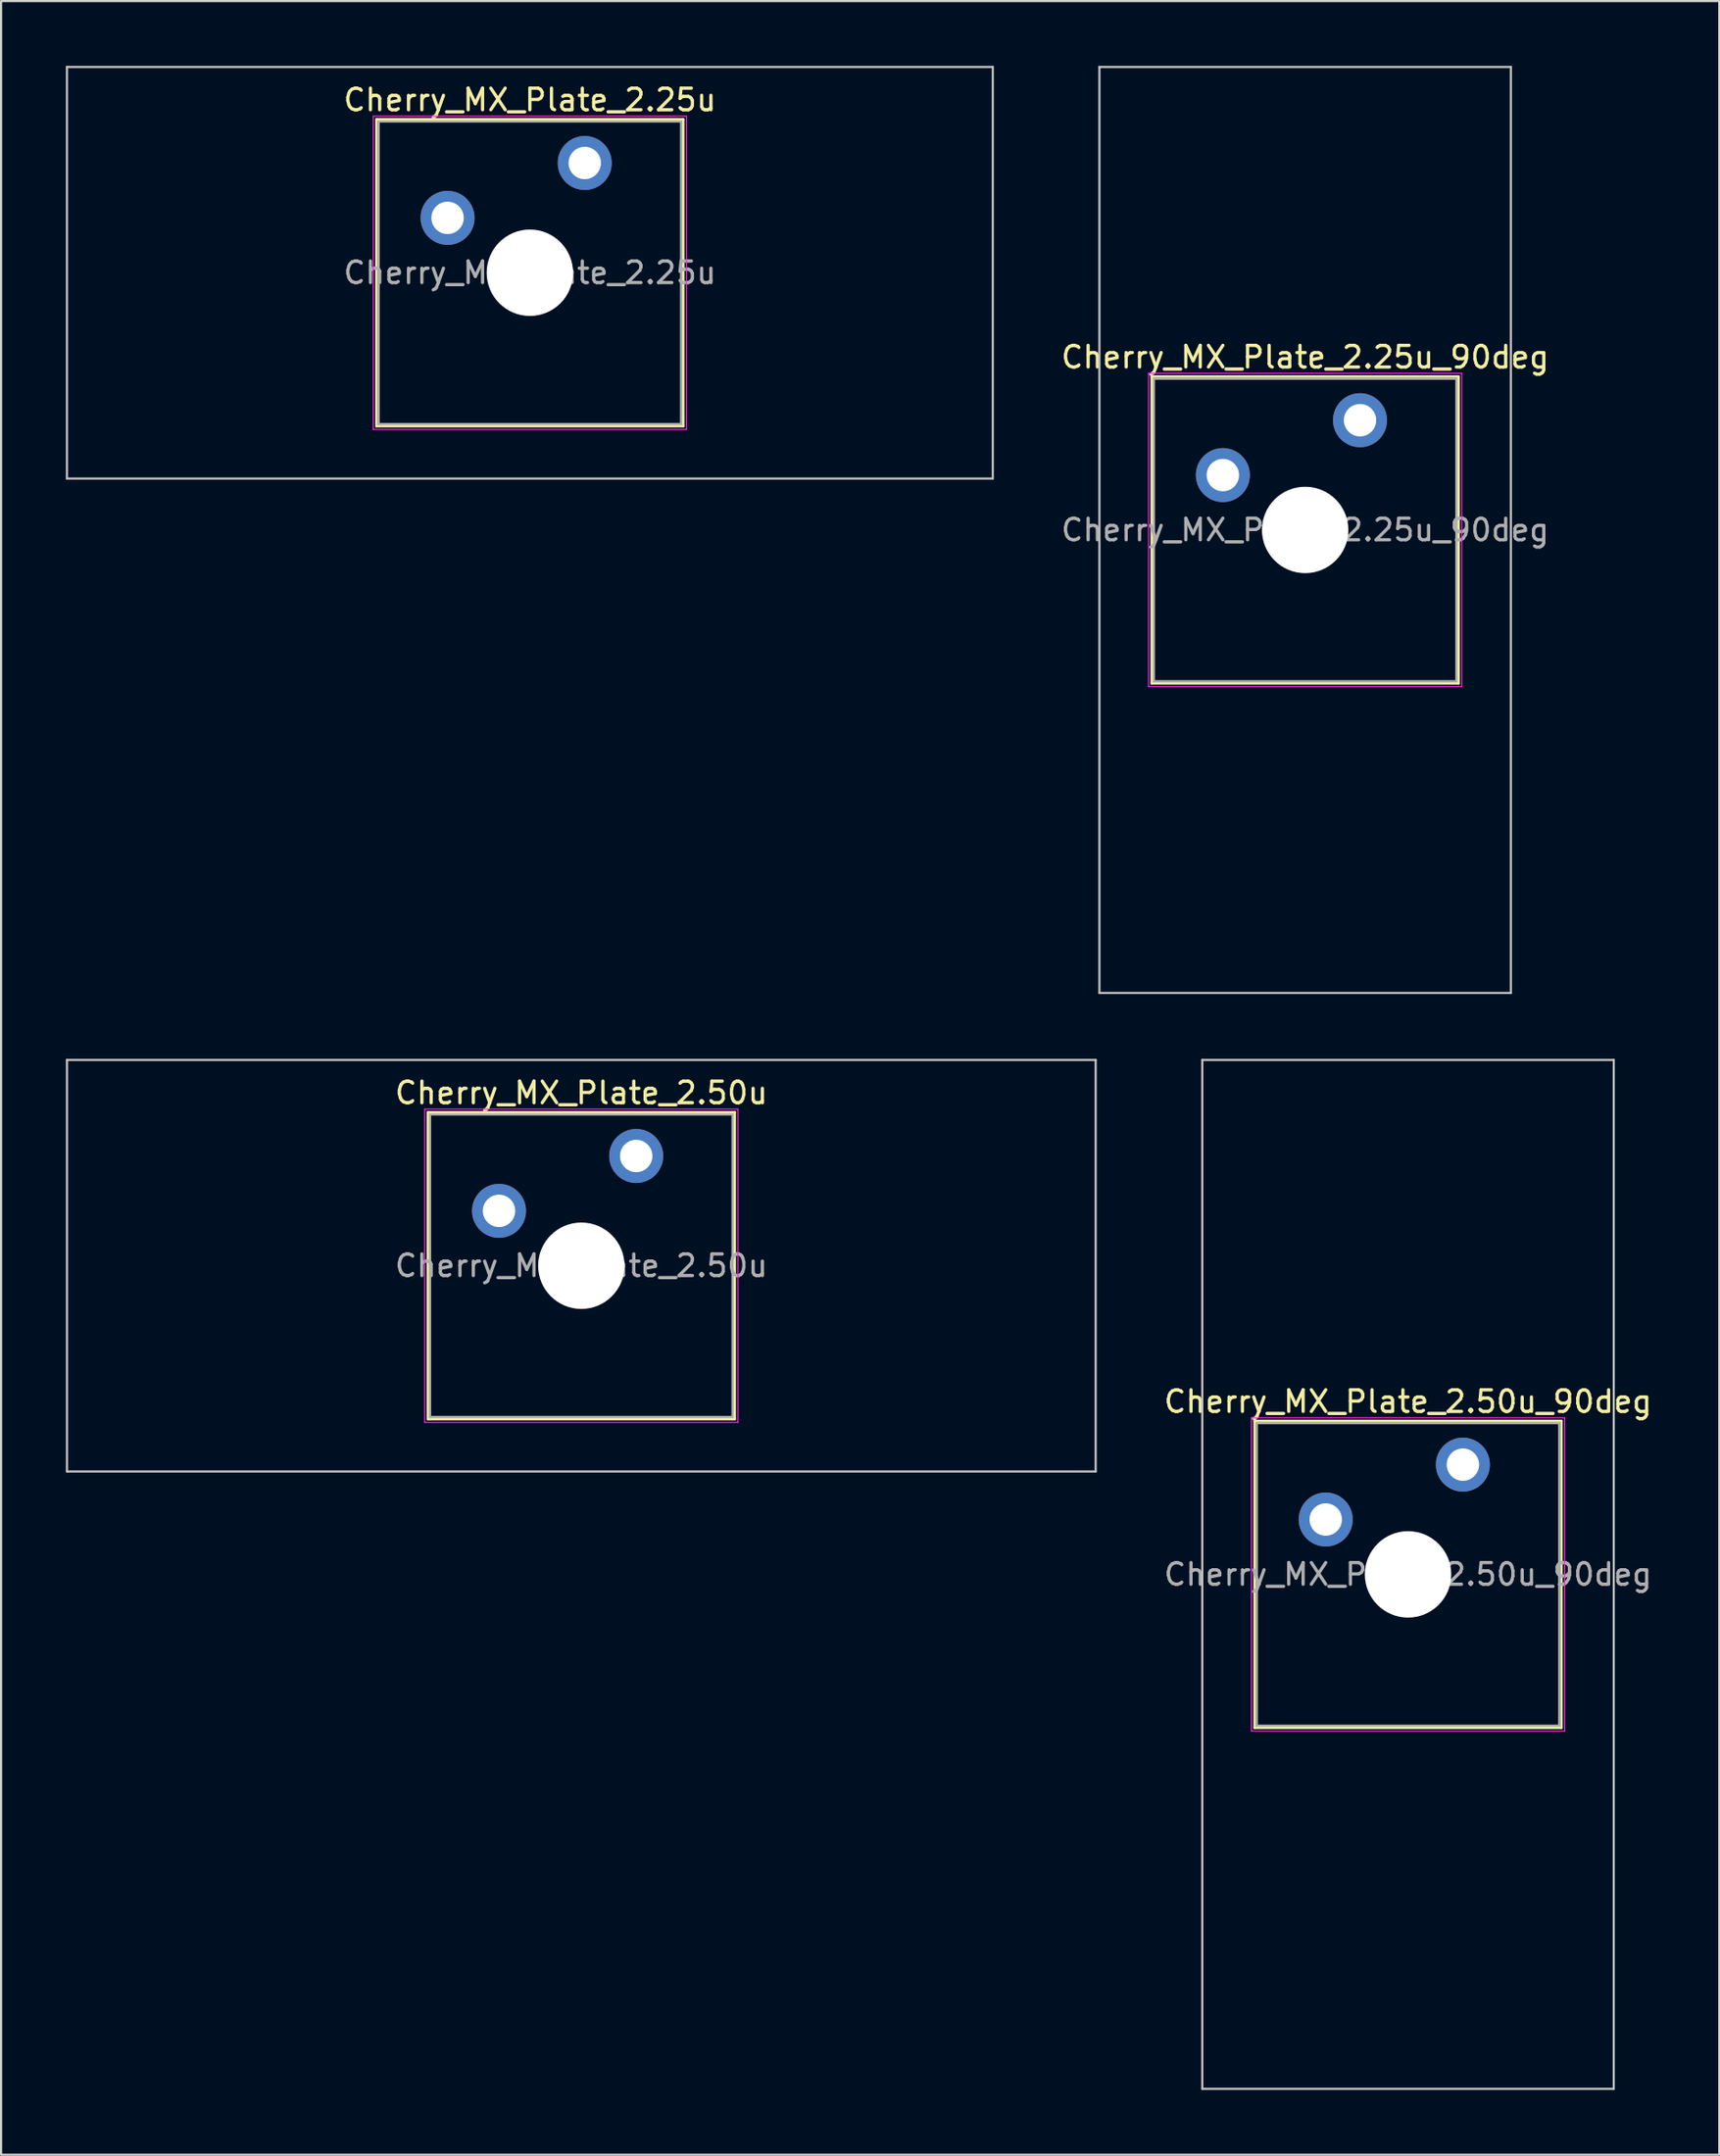
<source format=kicad_pcb>
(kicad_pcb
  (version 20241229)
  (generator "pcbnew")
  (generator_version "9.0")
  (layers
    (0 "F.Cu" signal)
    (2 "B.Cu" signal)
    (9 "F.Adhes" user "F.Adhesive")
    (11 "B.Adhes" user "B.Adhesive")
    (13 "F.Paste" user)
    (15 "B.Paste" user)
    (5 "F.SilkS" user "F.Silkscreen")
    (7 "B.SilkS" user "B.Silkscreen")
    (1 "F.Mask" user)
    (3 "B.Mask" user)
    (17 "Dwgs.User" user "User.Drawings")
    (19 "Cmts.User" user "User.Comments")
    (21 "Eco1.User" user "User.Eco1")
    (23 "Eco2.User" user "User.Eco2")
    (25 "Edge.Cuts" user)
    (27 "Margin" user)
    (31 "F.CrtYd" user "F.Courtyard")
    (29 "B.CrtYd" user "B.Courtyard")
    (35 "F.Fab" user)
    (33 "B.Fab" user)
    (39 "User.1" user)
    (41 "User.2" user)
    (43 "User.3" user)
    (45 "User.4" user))
  (footprint "Cherry_MX_Plate_2.50u"
    (layer "F.Cu")
    (at 23.863 55.538)
    (property "Reference" "Cherry_MX_Plate_2.50u" (at 0 -8 0) (layer "F.SilkS") (effects (font (size 1 1) (thickness 0.15))))
    (attr through_hole)
    (fp_line (start -7.1 -7.1) (end -7.1 7.1) (stroke (width 0.12) (type solid)) (layer "F.SilkS"))
    (fp_line (start -7.1 7.1) (end 7.1 7.1) (stroke (width 0.12) (type solid)) (layer "F.SilkS"))
    (fp_line (start 7.1 -7.1) (end -7.1 -7.1) (stroke (width 0.12) (type solid)) (layer "F.SilkS"))
    (fp_line (start 7.1 7.1) (end 7.1 -7.1) (stroke (width 0.12) (type solid)) (layer "F.SilkS"))
    (fp_line (start -23.812 -9.525) (end -23.812 9.525) (stroke (width 0.1) (type solid)) (layer "Dwgs.User"))
    (fp_line (start -23.812 9.525) (end 23.812 9.525) (stroke (width 0.1) (type solid)) (layer "Dwgs.User"))
    (fp_line (start 23.812 -9.525) (end -23.812 -9.525) (stroke (width 0.1) (type solid)) (layer "Dwgs.User"))
    (fp_line (start 23.812 9.525) (end 23.812 -9.525) (stroke (width 0.1) (type solid)) (layer "Dwgs.User"))
    (fp_line (start -7 -7) (end -7 7) (stroke (width 0.1) (type solid)) (layer "Eco1.User"))
    (fp_line (start -7 7) (end 7 7) (stroke (width 0.1) (type solid)) (layer "Eco1.User"))
    (fp_line (start 7 -7) (end -7 -7) (stroke (width 0.1) (type solid)) (layer "Eco1.User"))
    (fp_line (start 7 7) (end 7 -7) (stroke (width 0.1) (type solid)) (layer "Eco1.User"))
    (fp_line (start -7.25 -7.25) (end -7.25 7.25) (stroke (width 0.05) (type solid)) (layer "F.CrtYd"))
    (fp_line (start -7.25 7.25) (end 7.25 7.25) (stroke (width 0.05) (type solid)) (layer "F.CrtYd"))
    (fp_line (start 7.25 -7.25) (end -7.25 -7.25) (stroke (width 0.05) (type solid)) (layer "F.CrtYd"))
    (fp_line (start 7.25 7.25) (end 7.25 -7.25) (stroke (width 0.05) (type solid)) (layer "F.CrtYd"))
    (fp_line (start -7 -7) (end -7 7) (stroke (width 0.1) (type solid)) (layer "F.Fab"))
    (fp_line (start -7 7) (end 7 7) (stroke (width 0.1) (type solid)) (layer "F.Fab"))
    (fp_line (start 7 -7) (end -7 -7) (stroke (width 0.1) (type solid)) (layer "F.Fab"))
    (fp_line (start 7 7) (end 7 -7) (stroke (width 0.1) (type solid)) (layer "F.Fab"))
    (fp_text user "${REFERENCE}" (at 0 0 0) (layer "F.Fab") (effects (font (size 1 1) (thickness 0.15))))
    (pad "" np_thru_hole circle (at 0 0) (size 4 4) (drill 4) (layers "*.Cu" "*.Mask"))
    (pad "1" thru_hole circle (at -3.81 -2.54) (size 2.5 2.5) (drill 1.5) (layers "*.Cu" "*.Mask"))
    (pad "2" thru_hole circle (at 2.54 -5.08) (size 2.5 2.5) (drill 1.5) (layers "*.Cu" "*.Mask")))
  (footprint "Cherry_MX_Plate_2.25u"
    (layer "F.Cu")
    (at 21.481 9.575)
    (property "Reference" "Cherry_MX_Plate_2.25u" (at 0 -8 0) (layer "F.SilkS") (effects (font (size 1 1) (thickness 0.15))))
    (attr through_hole)
    (fp_line (start -7.1 -7.1) (end -7.1 7.1) (stroke (width 0.12) (type solid)) (layer "F.SilkS"))
    (fp_line (start -7.1 7.1) (end 7.1 7.1) (stroke (width 0.12) (type solid)) (layer "F.SilkS"))
    (fp_line (start 7.1 -7.1) (end -7.1 -7.1) (stroke (width 0.12) (type solid)) (layer "F.SilkS"))
    (fp_line (start 7.1 7.1) (end 7.1 -7.1) (stroke (width 0.12) (type solid)) (layer "F.SilkS"))
    (fp_line (start -21.431 -9.525) (end -21.431 9.525) (stroke (width 0.1) (type solid)) (layer "Dwgs.User"))
    (fp_line (start -21.431 9.525) (end 21.431 9.525) (stroke (width 0.1) (type solid)) (layer "Dwgs.User"))
    (fp_line (start 21.431 -9.525) (end -21.431 -9.525) (stroke (width 0.1) (type solid)) (layer "Dwgs.User"))
    (fp_line (start 21.431 9.525) (end 21.431 -9.525) (stroke (width 0.1) (type solid)) (layer "Dwgs.User"))
    (fp_line (start -7 -7) (end -7 7) (stroke (width 0.1) (type solid)) (layer "Eco1.User"))
    (fp_line (start -7 7) (end 7 7) (stroke (width 0.1) (type solid)) (layer "Eco1.User"))
    (fp_line (start 7 -7) (end -7 -7) (stroke (width 0.1) (type solid)) (layer "Eco1.User"))
    (fp_line (start 7 7) (end 7 -7) (stroke (width 0.1) (type solid)) (layer "Eco1.User"))
    (fp_line (start -7.25 -7.25) (end -7.25 7.25) (stroke (width 0.05) (type solid)) (layer "F.CrtYd"))
    (fp_line (start -7.25 7.25) (end 7.25 7.25) (stroke (width 0.05) (type solid)) (layer "F.CrtYd"))
    (fp_line (start 7.25 -7.25) (end -7.25 -7.25) (stroke (width 0.05) (type solid)) (layer "F.CrtYd"))
    (fp_line (start 7.25 7.25) (end 7.25 -7.25) (stroke (width 0.05) (type solid)) (layer "F.CrtYd"))
    (fp_line (start -7 -7) (end -7 7) (stroke (width 0.1) (type solid)) (layer "F.Fab"))
    (fp_line (start -7 7) (end 7 7) (stroke (width 0.1) (type solid)) (layer "F.Fab"))
    (fp_line (start 7 -7) (end -7 -7) (stroke (width 0.1) (type solid)) (layer "F.Fab"))
    (fp_line (start 7 7) (end 7 -7) (stroke (width 0.1) (type solid)) (layer "F.Fab"))
    (fp_text user "${REFERENCE}" (at 0 0 0) (layer "F.Fab") (effects (font (size 1 1) (thickness 0.15))))
    (pad "" np_thru_hole circle (at 0 0) (size 4 4) (drill 4) (layers "*.Cu" "*.Mask"))
    (pad "1" thru_hole circle (at -3.81 -2.54) (size 2.5 2.5) (drill 1.5) (layers "*.Cu" "*.Mask"))
    (pad "2" thru_hole circle (at 2.54 -5.08) (size 2.5 2.5) (drill 1.5) (layers "*.Cu" "*.Mask")))
  (footprint "Cherry_MX_Plate_2.25u_90deg"
    (layer "F.Cu")
    (at 57.373 21.481)
    (property "Reference" "Cherry_MX_Plate_2.25u_90deg" (at 0 -8 0) (layer "F.SilkS") (effects (font (size 1 1) (thickness 0.15))))
    (attr through_hole)
    (fp_line (start -7.1 -7.1) (end -7.1 7.1) (stroke (width 0.12) (type solid)) (layer "F.SilkS"))
    (fp_line (start -7.1 7.1) (end 7.1 7.1) (stroke (width 0.12) (type solid)) (layer "F.SilkS"))
    (fp_line (start 7.1 -7.1) (end -7.1 -7.1) (stroke (width 0.12) (type solid)) (layer "F.SilkS"))
    (fp_line (start 7.1 7.1) (end 7.1 -7.1) (stroke (width 0.12) (type solid)) (layer "F.SilkS"))
    (fp_line (start -9.525 -21.431) (end 9.525 -21.431) (stroke (width 0.1) (type solid)) (layer "Dwgs.User"))
    (fp_line (start -9.525 21.431) (end -9.525 -21.431) (stroke (width 0.1) (type solid)) (layer "Dwgs.User"))
    (fp_line (start 9.525 -21.431) (end 9.525 21.431) (stroke (width 0.1) (type solid)) (layer "Dwgs.User"))
    (fp_line (start 9.525 21.431) (end -9.525 21.431) (stroke (width 0.1) (type solid)) (layer "Dwgs.User"))
    (fp_line (start -7 -7) (end -7 7) (stroke (width 0.1) (type solid)) (layer "Eco1.User"))
    (fp_line (start -7 7) (end 7 7) (stroke (width 0.1) (type solid)) (layer "Eco1.User"))
    (fp_line (start 7 -7) (end -7 -7) (stroke (width 0.1) (type solid)) (layer "Eco1.User"))
    (fp_line (start 7 7) (end 7 -7) (stroke (width 0.1) (type solid)) (layer "Eco1.User"))
    (fp_line (start -7.25 -7.25) (end -7.25 7.25) (stroke (width 0.05) (type solid)) (layer "F.CrtYd"))
    (fp_line (start -7.25 7.25) (end 7.25 7.25) (stroke (width 0.05) (type solid)) (layer "F.CrtYd"))
    (fp_line (start 7.25 -7.25) (end -7.25 -7.25) (stroke (width 0.05) (type solid)) (layer "F.CrtYd"))
    (fp_line (start 7.25 7.25) (end 7.25 -7.25) (stroke (width 0.05) (type solid)) (layer "F.CrtYd"))
    (fp_line (start -7 -7) (end -7 7) (stroke (width 0.1) (type solid)) (layer "F.Fab"))
    (fp_line (start -7 7) (end 7 7) (stroke (width 0.1) (type solid)) (layer "F.Fab"))
    (fp_line (start 7 -7) (end -7 -7) (stroke (width 0.1) (type solid)) (layer "F.Fab"))
    (fp_line (start 7 7) (end 7 -7) (stroke (width 0.1) (type solid)) (layer "F.Fab"))
    (fp_text user "${REFERENCE}" (at 0 0 0) (layer "F.Fab") (effects (font (size 1 1) (thickness 0.15))))
    (pad "" np_thru_hole circle (at 0 0) (size 4 4) (drill 4) (layers "*.Cu" "*.Mask"))
    (pad "1" thru_hole circle (at -3.81 -2.54) (size 2.5 2.5) (drill 1.5) (layers "*.Cu" "*.Mask"))
    (pad "2" thru_hole circle (at 2.54 -5.08) (size 2.5 2.5) (drill 1.5) (layers "*.Cu" "*.Mask")))
  (footprint "Cherry_MX_Plate_2.50u_90deg"
    (layer "F.Cu")
    (at 62.136 69.825)
    (property "Reference" "Cherry_MX_Plate_2.50u_90deg" (at 0 -8 0) (layer "F.SilkS") (effects (font (size 1 1) (thickness 0.15))))
    (attr through_hole)
    (fp_line (start -7.1 -7.1) (end -7.1 7.1) (stroke (width 0.12) (type solid)) (layer "F.SilkS"))
    (fp_line (start -7.1 7.1) (end 7.1 7.1) (stroke (width 0.12) (type solid)) (layer "F.SilkS"))
    (fp_line (start 7.1 -7.1) (end -7.1 -7.1) (stroke (width 0.12) (type solid)) (layer "F.SilkS"))
    (fp_line (start 7.1 7.1) (end 7.1 -7.1) (stroke (width 0.12) (type solid)) (layer "F.SilkS"))
    (fp_line (start -9.525 -23.812) (end 9.525 -23.812) (stroke (width 0.1) (type solid)) (layer "Dwgs.User"))
    (fp_line (start -9.525 23.812) (end -9.525 -23.812) (stroke (width 0.1) (type solid)) (layer "Dwgs.User"))
    (fp_line (start 9.525 -23.812) (end 9.525 23.812) (stroke (width 0.1) (type solid)) (layer "Dwgs.User"))
    (fp_line (start 9.525 23.812) (end -9.525 23.812) (stroke (width 0.1) (type solid)) (layer "Dwgs.User"))
    (fp_line (start -7 -7) (end -7 7) (stroke (width 0.1) (type solid)) (layer "Eco1.User"))
    (fp_line (start -7 7) (end 7 7) (stroke (width 0.1) (type solid)) (layer "Eco1.User"))
    (fp_line (start 7 -7) (end -7 -7) (stroke (width 0.1) (type solid)) (layer "Eco1.User"))
    (fp_line (start 7 7) (end 7 -7) (stroke (width 0.1) (type solid)) (layer "Eco1.User"))
    (fp_line (start -7.25 -7.25) (end -7.25 7.25) (stroke (width 0.05) (type solid)) (layer "F.CrtYd"))
    (fp_line (start -7.25 7.25) (end 7.25 7.25) (stroke (width 0.05) (type solid)) (layer "F.CrtYd"))
    (fp_line (start 7.25 -7.25) (end -7.25 -7.25) (stroke (width 0.05) (type solid)) (layer "F.CrtYd"))
    (fp_line (start 7.25 7.25) (end 7.25 -7.25) (stroke (width 0.05) (type solid)) (layer "F.CrtYd"))
    (fp_line (start -7 -7) (end -7 7) (stroke (width 0.1) (type solid)) (layer "F.Fab"))
    (fp_line (start -7 7) (end 7 7) (stroke (width 0.1) (type solid)) (layer "F.Fab"))
    (fp_line (start 7 -7) (end -7 -7) (stroke (width 0.1) (type solid)) (layer "F.Fab"))
    (fp_line (start 7 7) (end 7 -7) (stroke (width 0.1) (type solid)) (layer "F.Fab"))
    (fp_text user "${REFERENCE}" (at 0 0 0) (layer "F.Fab") (effects (font (size 1 1) (thickness 0.15))))
    (pad "" np_thru_hole circle (at 0 0) (size 4 4) (drill 4) (layers "*.Cu" "*.Mask"))
    (pad "1" thru_hole circle (at -3.81 -2.54) (size 2.5 2.5) (drill 1.5) (layers "*.Cu" "*.Mask"))
    (pad "2" thru_hole circle (at 2.54 -5.08) (size 2.5 2.5) (drill 1.5) (layers "*.Cu" "*.Mask")))
  (gr_rect
    (start -3 -3)
    (end 76.546 96.688)
    (stroke (width 0.1) (type default))
    (fill no)
    (layer "Edge.Cuts")))
</source>
